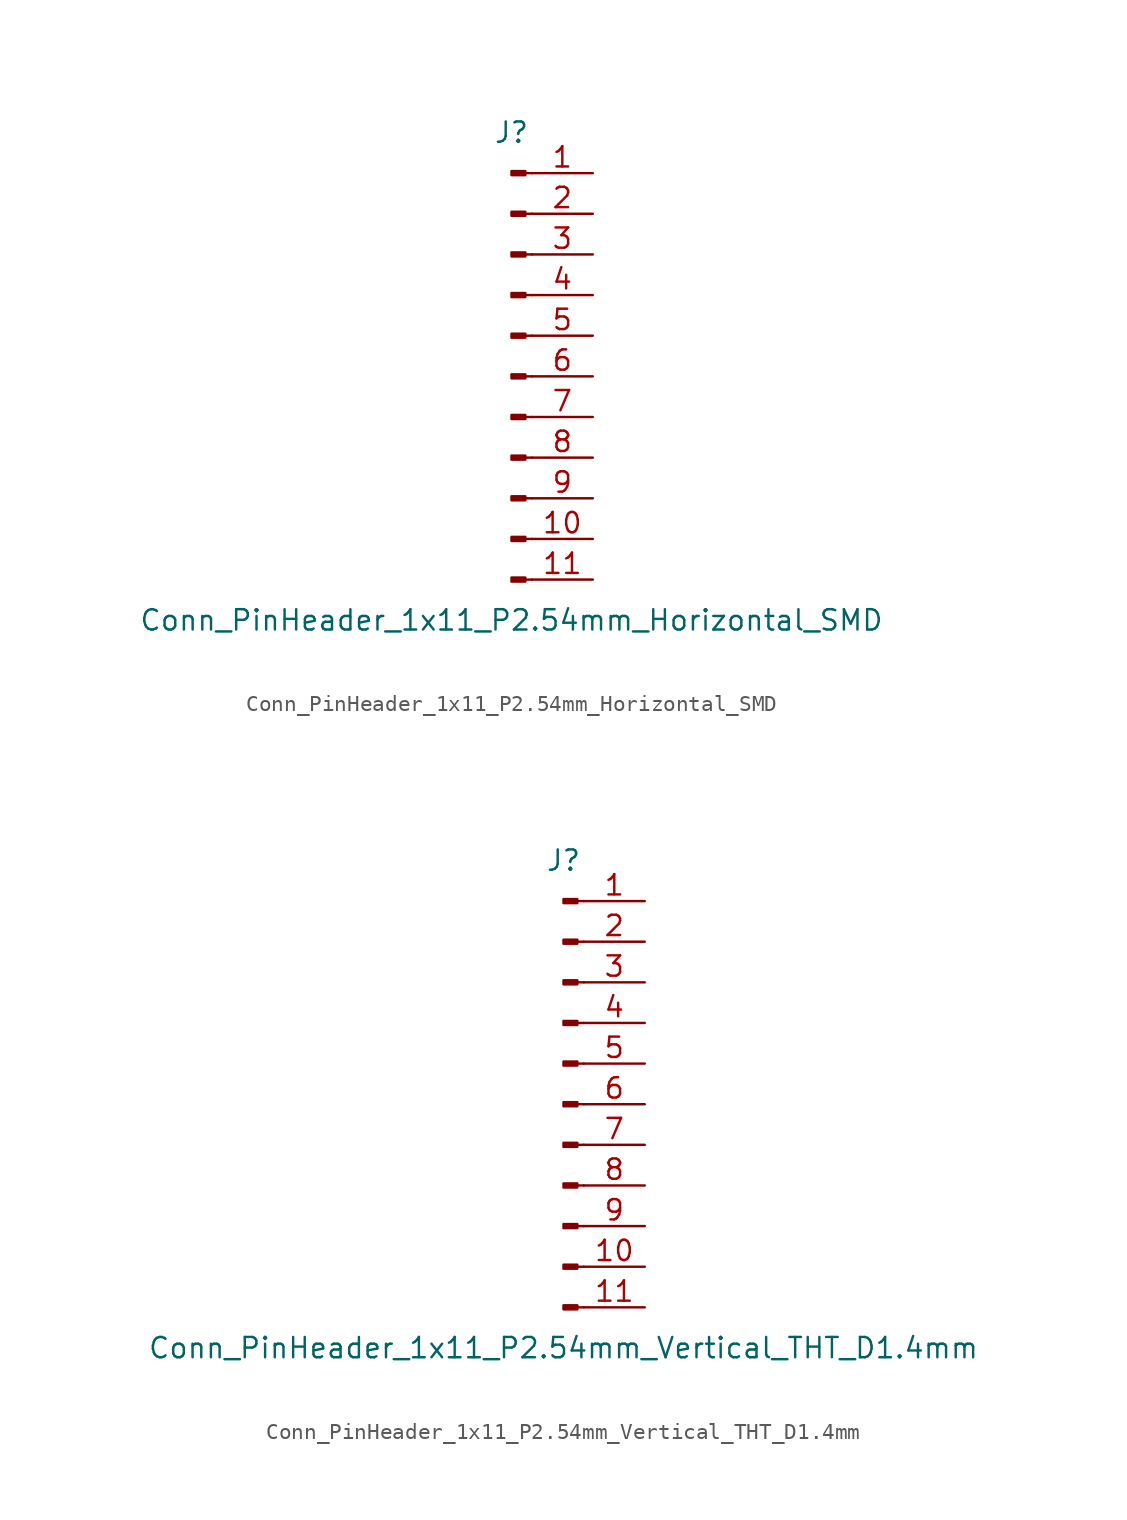
<source format=kicad_sym>
(kicad_symbol_lib
  (version 20211014)
  (generator kicad_symbol_editor)
  (symbol "Conn_PinHeader_1x11_P2.54mm_Horizontal_SMD"
    (pin_names
      (offset 1.016) hide)
    (property "Reference" "J"
      (at 0 15.24 0)
      (effects (font (size 1.27 1.27))))
    (property "Value" "Conn_PinHeader_1x11_P2.54mm_Horizontal_SMD"
      (at 0 -15.24 0)
      (effects (font (size 1.27 1.27))))
    (symbol "Conn_PinHeader_1x11_P2.54mm_Horizontal_SMD_1_1"
      (polyline (pts (xy 1.27 -12.7) (xy 0.864 -12.7)) (stroke (width 0.152) (type default) (color 0 0 0 0)) (fill (type none)))
      (polyline (pts (xy 1.27 -10.16) (xy 0.864 -10.16)) (stroke (width 0.152) (type default) (color 0 0 0 0)) (fill (type none)))
      (polyline (pts (xy 1.27 -7.62) (xy 0.864 -7.62)) (stroke (width 0.152) (type default) (color 0 0 0 0)) (fill (type none)))
      (polyline (pts (xy 1.27 -5.08) (xy 0.864 -5.08)) (stroke (width 0.152) (type default) (color 0 0 0 0)) (fill (type none)))
      (polyline (pts (xy 1.27 -2.54) (xy 0.864 -2.54)) (stroke (width 0.152) (type default) (color 0 0 0 0)) (fill (type none)))
      (polyline (pts (xy 1.27 0) (xy 0.864 0)) (stroke (width 0.152) (type default) (color 0 0 0 0)) (fill (type none)))
      (polyline (pts (xy 1.27 2.54) (xy 0.864 2.54)) (stroke (width 0.152) (type default) (color 0 0 0 0)) (fill (type none)))
      (polyline (pts (xy 1.27 5.08) (xy 0.864 5.08)) (stroke (width 0.152) (type default) (color 0 0 0 0)) (fill (type none)))
      (polyline (pts (xy 1.27 7.62) (xy 0.864 7.62)) (stroke (width 0.152) (type default) (color 0 0 0 0)) (fill (type none)))
      (polyline (pts (xy 1.27 10.16) (xy 0.864 10.16)) (stroke (width 0.152) (type default) (color 0 0 0 0)) (fill (type none)))
      (polyline (pts (xy 1.27 12.7) (xy 0.864 12.7)) (stroke (width 0.152) (type default) (color 0 0 0 0)) (fill (type none)))
      (rectangle (start 0.864 -12.573) (end 0 -12.827) (stroke (width 0.152) (type default) (color 0 0 0 0)) (fill (type outline)))
      (rectangle (start 0.864 -10.033) (end 0 -10.287) (stroke (width 0.152) (type default) (color 0 0 0 0)) (fill (type outline)))
      (rectangle (start 0.864 -7.493) (end 0 -7.747) (stroke (width 0.152) (type default) (color 0 0 0 0)) (fill (type outline)))
      (rectangle (start 0.864 -4.953) (end 0 -5.207) (stroke (width 0.152) (type default) (color 0 0 0 0)) (fill (type outline)))
      (rectangle (start 0.864 -2.413) (end 0 -2.667) (stroke (width 0.152) (type default) (color 0 0 0 0)) (fill (type outline)))
      (rectangle (start 0.864 0.127) (end 0 -0.127) (stroke (width 0.152) (type default) (color 0 0 0 0)) (fill (type outline)))
      (rectangle (start 0.864 2.667) (end 0 2.413) (stroke (width 0.152) (type default) (color 0 0 0 0)) (fill (type outline)))
      (rectangle (start 0.864 5.207) (end 0 4.953) (stroke (width 0.152) (type default) (color 0 0 0 0)) (fill (type outline)))
      (rectangle (start 0.864 7.747) (end 0 7.493) (stroke (width 0.152) (type default) (color 0 0 0 0)) (fill (type outline)))
      (rectangle (start 0.864 10.287) (end 0 10.033) (stroke (width 0.152) (type default) (color 0 0 0 0)) (fill (type outline)))
      (rectangle (start 0.864 12.827) (end 0 12.573) (stroke (width 0.152) (type default) (color 0 0 0 0)) (fill (type outline)))
      (pin passive line (at 5.08 12.7 180) (length 3.81) (name "Pin_1" (effects (font (size 1.27 1.27)))) (number "1" (effects (font (size 1.27 1.27)))))
      (pin passive line (at 5.08 -10.16 180) (length 3.81) (name "Pin_10" (effects (font (size 1.27 1.27)))) (number "10" (effects (font (size 1.27 1.27)))))
      (pin passive line (at 5.08 -12.7 180) (length 3.81) (name "Pin_11" (effects (font (size 1.27 1.27)))) (number "11" (effects (font (size 1.27 1.27)))))
      (pin passive line (at 5.08 10.16 180) (length 3.81) (name "Pin_2" (effects (font (size 1.27 1.27)))) (number "2" (effects (font (size 1.27 1.27)))))
      (pin passive line (at 5.08 7.62 180) (length 3.81) (name "Pin_3" (effects (font (size 1.27 1.27)))) (number "3" (effects (font (size 1.27 1.27)))))
      (pin passive line (at 5.08 5.08 180) (length 3.81) (name "Pin_4" (effects (font (size 1.27 1.27)))) (number "4" (effects (font (size 1.27 1.27)))))
      (pin passive line (at 5.08 2.54 180) (length 3.81) (name "Pin_5" (effects (font (size 1.27 1.27)))) (number "5" (effects (font (size 1.27 1.27)))))
      (pin passive line (at 5.08 0 180) (length 3.81) (name "Pin_6" (effects (font (size 1.27 1.27)))) (number "6" (effects (font (size 1.27 1.27)))))
      (pin passive line (at 5.08 -2.54 180) (length 3.81) (name "Pin_7" (effects (font (size 1.27 1.27)))) (number "7" (effects (font (size 1.27 1.27)))))
      (pin passive line (at 5.08 -5.08 180) (length 3.81) (name "Pin_8" (effects (font (size 1.27 1.27)))) (number "8" (effects (font (size 1.27 1.27)))))
      (pin passive line (at 5.08 -7.62 180) (length 3.81) (name "Pin_9" (effects (font (size 1.27 1.27)))) (number "9" (effects (font (size 1.27 1.27)))))))
  (symbol "Conn_PinHeader_1x11_P2.54mm_Vertical_THT_D1.4mm"
    (pin_names
      (offset 1.016) hide)
    (property "Reference" "J"
      (at 0 15.24 0)
      (effects (font (size 1.27 1.27))))
    (property "Value" "Conn_PinHeader_1x11_P2.54mm_Vertical_THT_D1.4mm"
      (at 0 -15.24 0)
      (effects (font (size 1.27 1.27))))
    (symbol "Conn_PinHeader_1x11_P2.54mm_Vertical_THT_D1.4mm_1_1"
      (polyline (pts (xy 1.27 -12.7) (xy 0.864 -12.7)) (stroke (width 0.152) (type default) (color 0 0 0 0)) (fill (type none)))
      (polyline (pts (xy 1.27 -10.16) (xy 0.864 -10.16)) (stroke (width 0.152) (type default) (color 0 0 0 0)) (fill (type none)))
      (polyline (pts (xy 1.27 -7.62) (xy 0.864 -7.62)) (stroke (width 0.152) (type default) (color 0 0 0 0)) (fill (type none)))
      (polyline (pts (xy 1.27 -5.08) (xy 0.864 -5.08)) (stroke (width 0.152) (type default) (color 0 0 0 0)) (fill (type none)))
      (polyline (pts (xy 1.27 -2.54) (xy 0.864 -2.54)) (stroke (width 0.152) (type default) (color 0 0 0 0)) (fill (type none)))
      (polyline (pts (xy 1.27 0) (xy 0.864 0)) (stroke (width 0.152) (type default) (color 0 0 0 0)) (fill (type none)))
      (polyline (pts (xy 1.27 2.54) (xy 0.864 2.54)) (stroke (width 0.152) (type default) (color 0 0 0 0)) (fill (type none)))
      (polyline (pts (xy 1.27 5.08) (xy 0.864 5.08)) (stroke (width 0.152) (type default) (color 0 0 0 0)) (fill (type none)))
      (polyline (pts (xy 1.27 7.62) (xy 0.864 7.62)) (stroke (width 0.152) (type default) (color 0 0 0 0)) (fill (type none)))
      (polyline (pts (xy 1.27 10.16) (xy 0.864 10.16)) (stroke (width 0.152) (type default) (color 0 0 0 0)) (fill (type none)))
      (polyline (pts (xy 1.27 12.7) (xy 0.864 12.7)) (stroke (width 0.152) (type default) (color 0 0 0 0)) (fill (type none)))
      (rectangle (start 0.864 -12.573) (end 0 -12.827) (stroke (width 0.152) (type default) (color 0 0 0 0)) (fill (type outline)))
      (rectangle (start 0.864 -10.033) (end 0 -10.287) (stroke (width 0.152) (type default) (color 0 0 0 0)) (fill (type outline)))
      (rectangle (start 0.864 -7.493) (end 0 -7.747) (stroke (width 0.152) (type default) (color 0 0 0 0)) (fill (type outline)))
      (rectangle (start 0.864 -4.953) (end 0 -5.207) (stroke (width 0.152) (type default) (color 0 0 0 0)) (fill (type outline)))
      (rectangle (start 0.864 -2.413) (end 0 -2.667) (stroke (width 0.152) (type default) (color 0 0 0 0)) (fill (type outline)))
      (rectangle (start 0.864 0.127) (end 0 -0.127) (stroke (width 0.152) (type default) (color 0 0 0 0)) (fill (type outline)))
      (rectangle (start 0.864 2.667) (end 0 2.413) (stroke (width 0.152) (type default) (color 0 0 0 0)) (fill (type outline)))
      (rectangle (start 0.864 5.207) (end 0 4.953) (stroke (width 0.152) (type default) (color 0 0 0 0)) (fill (type outline)))
      (rectangle (start 0.864 7.747) (end 0 7.493) (stroke (width 0.152) (type default) (color 0 0 0 0)) (fill (type outline)))
      (rectangle (start 0.864 10.287) (end 0 10.033) (stroke (width 0.152) (type default) (color 0 0 0 0)) (fill (type outline)))
      (rectangle (start 0.864 12.827) (end 0 12.573) (stroke (width 0.152) (type default) (color 0 0 0 0)) (fill (type outline)))
      (pin passive line (at 5.08 12.7 180) (length 3.81) (name "Pin_1" (effects (font (size 1.27 1.27)))) (number "1" (effects (font (size 1.27 1.27)))))
      (pin passive line (at 5.08 -10.16 180) (length 3.81) (name "Pin_10" (effects (font (size 1.27 1.27)))) (number "10" (effects (font (size 1.27 1.27)))))
      (pin passive line (at 5.08 -12.7 180) (length 3.81) (name "Pin_11" (effects (font (size 1.27 1.27)))) (number "11" (effects (font (size 1.27 1.27)))))
      (pin passive line (at 5.08 10.16 180) (length 3.81) (name "Pin_2" (effects (font (size 1.27 1.27)))) (number "2" (effects (font (size 1.27 1.27)))))
      (pin passive line (at 5.08 7.62 180) (length 3.81) (name "Pin_3" (effects (font (size 1.27 1.27)))) (number "3" (effects (font (size 1.27 1.27)))))
      (pin passive line (at 5.08 5.08 180) (length 3.81) (name "Pin_4" (effects (font (size 1.27 1.27)))) (number "4" (effects (font (size 1.27 1.27)))))
      (pin passive line (at 5.08 2.54 180) (length 3.81) (name "Pin_5" (effects (font (size 1.27 1.27)))) (number "5" (effects (font (size 1.27 1.27)))))
      (pin passive line (at 5.08 0 180) (length 3.81) (name "Pin_6" (effects (font (size 1.27 1.27)))) (number "6" (effects (font (size 1.27 1.27)))))
      (pin passive line (at 5.08 -2.54 180) (length 3.81) (name "Pin_7" (effects (font (size 1.27 1.27)))) (number "7" (effects (font (size 1.27 1.27)))))
      (pin passive line (at 5.08 -5.08 180) (length 3.81) (name "Pin_8" (effects (font (size 1.27 1.27)))) (number "8" (effects (font (size 1.27 1.27)))))
      (pin passive line (at 5.08 -7.62 180) (length 3.81) (name "Pin_9" (effects (font (size 1.27 1.27)))) (number "9" (effects (font (size 1.27 1.27))))))))
</source>
